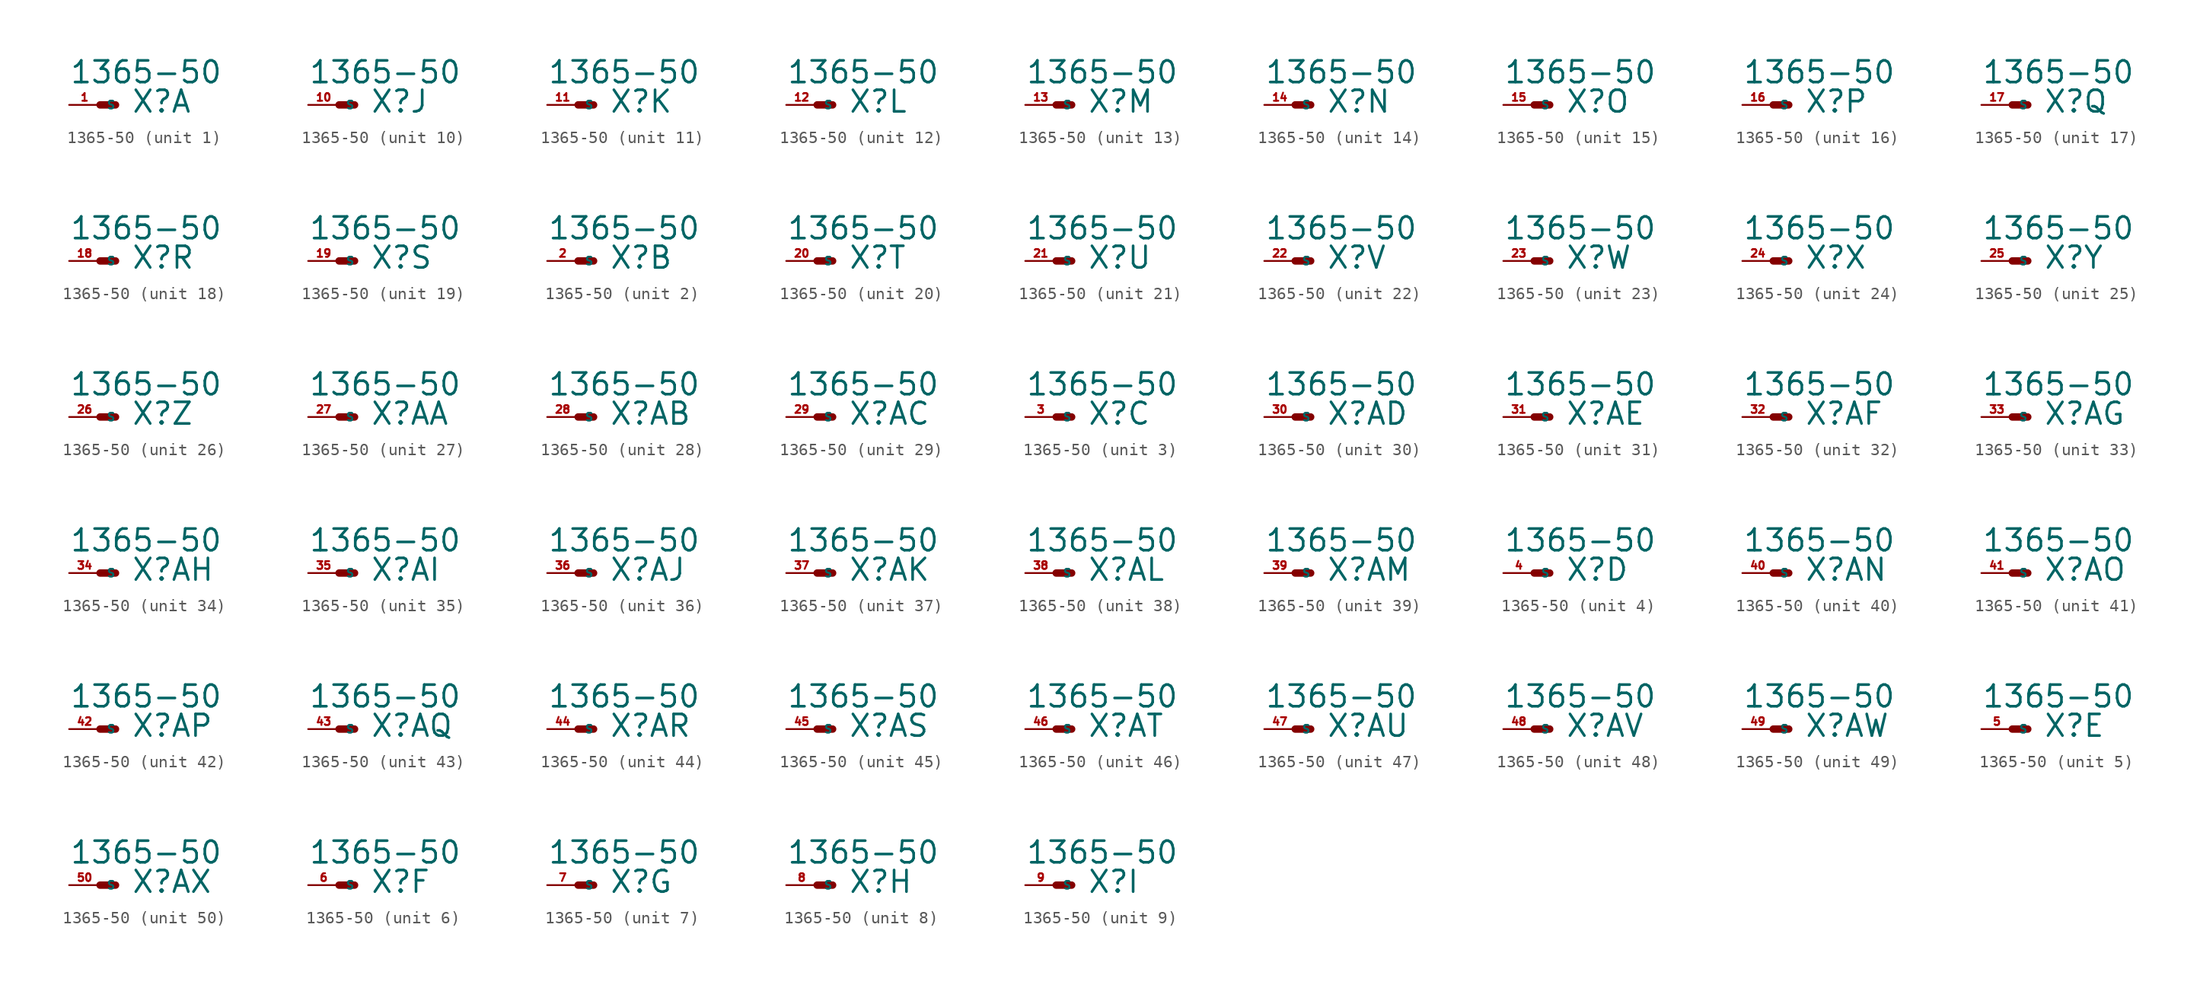
<source format=kicad_sym>
(kicad_symbol_lib
  (version 20220914)
  (generator Eagle2Kicad)
  (symbol "1365-50"
    (property "Reference" "X"
      (at 2.54 -0.762 0)
      (effects (font (size 1.778 1.778) (thickness 0.22)) (justify left bottom)))
    (property "Value" "1365-50"
      (at -2.54 1.651 0)
      (effects (font (size 1.778 1.778) (thickness 0.22)) (justify left bottom)))
    (symbol "1365-50_1_0"
      (polyline (pts (xy 0 0) (xy 1.27 0)) (stroke (width 0.61) (type default)) (fill (type none)))
      (pin passive line (at -2.54 0 0) (length 2.54) (name "S" (effects (font (size 0.635 0.635) (thickness 0.08)) (justify left bottom))) (number "1" (effects (font (size 0.635 0.635) (thickness 0.08)) (justify left bottom)))))
    (symbol "1365-50_2_0"
      (polyline (pts (xy 0 0) (xy 1.27 0)) (stroke (width 0.61) (type default)) (fill (type none)))
      (pin passive line (at -2.54 0 0) (length 2.54) (name "S" (effects (font (size 0.635 0.635) (thickness 0.08)) (justify left bottom))) (number "2" (effects (font (size 0.635 0.635) (thickness 0.08)) (justify left bottom)))))
    (symbol "1365-50_3_0"
      (polyline (pts (xy 0 0) (xy 1.27 0)) (stroke (width 0.61) (type default)) (fill (type none)))
      (pin passive line (at -2.54 0 0) (length 2.54) (name "S" (effects (font (size 0.635 0.635) (thickness 0.08)) (justify left bottom))) (number "3" (effects (font (size 0.635 0.635) (thickness 0.08)) (justify left bottom)))))
    (symbol "1365-50_4_0"
      (polyline (pts (xy 0 0) (xy 1.27 0)) (stroke (width 0.61) (type default)) (fill (type none)))
      (pin passive line (at -2.54 0 0) (length 2.54) (name "S" (effects (font (size 0.635 0.635) (thickness 0.08)) (justify left bottom))) (number "4" (effects (font (size 0.635 0.635) (thickness 0.08)) (justify left bottom)))))
    (symbol "1365-50_5_0"
      (polyline (pts (xy 0 0) (xy 1.27 0)) (stroke (width 0.61) (type default)) (fill (type none)))
      (pin passive line (at -2.54 0 0) (length 2.54) (name "S" (effects (font (size 0.635 0.635) (thickness 0.08)) (justify left bottom))) (number "5" (effects (font (size 0.635 0.635) (thickness 0.08)) (justify left bottom)))))
    (symbol "1365-50_6_0"
      (polyline (pts (xy 0 0) (xy 1.27 0)) (stroke (width 0.61) (type default)) (fill (type none)))
      (pin passive line (at -2.54 0 0) (length 2.54) (name "S" (effects (font (size 0.635 0.635) (thickness 0.08)) (justify left bottom))) (number "6" (effects (font (size 0.635 0.635) (thickness 0.08)) (justify left bottom)))))
    (symbol "1365-50_7_0"
      (polyline (pts (xy 0 0) (xy 1.27 0)) (stroke (width 0.61) (type default)) (fill (type none)))
      (pin passive line (at -2.54 0 0) (length 2.54) (name "S" (effects (font (size 0.635 0.635) (thickness 0.08)) (justify left bottom))) (number "7" (effects (font (size 0.635 0.635) (thickness 0.08)) (justify left bottom)))))
    (symbol "1365-50_8_0"
      (polyline (pts (xy 0 0) (xy 1.27 0)) (stroke (width 0.61) (type default)) (fill (type none)))
      (pin passive line (at -2.54 0 0) (length 2.54) (name "S" (effects (font (size 0.635 0.635) (thickness 0.08)) (justify left bottom))) (number "8" (effects (font (size 0.635 0.635) (thickness 0.08)) (justify left bottom)))))
    (symbol "1365-50_9_0"
      (polyline (pts (xy 0 0) (xy 1.27 0)) (stroke (width 0.61) (type default)) (fill (type none)))
      (pin passive line (at -2.54 0 0) (length 2.54) (name "S" (effects (font (size 0.635 0.635) (thickness 0.08)) (justify left bottom))) (number "9" (effects (font (size 0.635 0.635) (thickness 0.08)) (justify left bottom)))))
    (symbol "1365-50_10_0"
      (polyline (pts (xy 0 0) (xy 1.27 0)) (stroke (width 0.61) (type default)) (fill (type none)))
      (pin passive line (at -2.54 0 0) (length 2.54) (name "S" (effects (font (size 0.635 0.635) (thickness 0.08)) (justify left bottom))) (number "10" (effects (font (size 0.635 0.635) (thickness 0.08)) (justify left bottom)))))
    (symbol "1365-50_11_0"
      (polyline (pts (xy 0 0) (xy 1.27 0)) (stroke (width 0.61) (type default)) (fill (type none)))
      (pin passive line (at -2.54 0 0) (length 2.54) (name "S" (effects (font (size 0.635 0.635) (thickness 0.08)) (justify left bottom))) (number "11" (effects (font (size 0.635 0.635) (thickness 0.08)) (justify left bottom)))))
    (symbol "1365-50_12_0"
      (polyline (pts (xy 0 0) (xy 1.27 0)) (stroke (width 0.61) (type default)) (fill (type none)))
      (pin passive line (at -2.54 0 0) (length 2.54) (name "S" (effects (font (size 0.635 0.635) (thickness 0.08)) (justify left bottom))) (number "12" (effects (font (size 0.635 0.635) (thickness 0.08)) (justify left bottom)))))
    (symbol "1365-50_13_0"
      (polyline (pts (xy 0 0) (xy 1.27 0)) (stroke (width 0.61) (type default)) (fill (type none)))
      (pin passive line (at -2.54 0 0) (length 2.54) (name "S" (effects (font (size 0.635 0.635) (thickness 0.08)) (justify left bottom))) (number "13" (effects (font (size 0.635 0.635) (thickness 0.08)) (justify left bottom)))))
    (symbol "1365-50_14_0"
      (polyline (pts (xy 0 0) (xy 1.27 0)) (stroke (width 0.61) (type default)) (fill (type none)))
      (pin passive line (at -2.54 0 0) (length 2.54) (name "S" (effects (font (size 0.635 0.635) (thickness 0.08)) (justify left bottom))) (number "14" (effects (font (size 0.635 0.635) (thickness 0.08)) (justify left bottom)))))
    (symbol "1365-50_15_0"
      (polyline (pts (xy 0 0) (xy 1.27 0)) (stroke (width 0.61) (type default)) (fill (type none)))
      (pin passive line (at -2.54 0 0) (length 2.54) (name "S" (effects (font (size 0.635 0.635) (thickness 0.08)) (justify left bottom))) (number "15" (effects (font (size 0.635 0.635) (thickness 0.08)) (justify left bottom)))))
    (symbol "1365-50_16_0"
      (polyline (pts (xy 0 0) (xy 1.27 0)) (stroke (width 0.61) (type default)) (fill (type none)))
      (pin passive line (at -2.54 0 0) (length 2.54) (name "S" (effects (font (size 0.635 0.635) (thickness 0.08)) (justify left bottom))) (number "16" (effects (font (size 0.635 0.635) (thickness 0.08)) (justify left bottom)))))
    (symbol "1365-50_17_0"
      (polyline (pts (xy 0 0) (xy 1.27 0)) (stroke (width 0.61) (type default)) (fill (type none)))
      (pin passive line (at -2.54 0 0) (length 2.54) (name "S" (effects (font (size 0.635 0.635) (thickness 0.08)) (justify left bottom))) (number "17" (effects (font (size 0.635 0.635) (thickness 0.08)) (justify left bottom)))))
    (symbol "1365-50_18_0"
      (polyline (pts (xy 0 0) (xy 1.27 0)) (stroke (width 0.61) (type default)) (fill (type none)))
      (pin passive line (at -2.54 0 0) (length 2.54) (name "S" (effects (font (size 0.635 0.635) (thickness 0.08)) (justify left bottom))) (number "18" (effects (font (size 0.635 0.635) (thickness 0.08)) (justify left bottom)))))
    (symbol "1365-50_19_0"
      (polyline (pts (xy 0 0) (xy 1.27 0)) (stroke (width 0.61) (type default)) (fill (type none)))
      (pin passive line (at -2.54 0 0) (length 2.54) (name "S" (effects (font (size 0.635 0.635) (thickness 0.08)) (justify left bottom))) (number "19" (effects (font (size 0.635 0.635) (thickness 0.08)) (justify left bottom)))))
    (symbol "1365-50_20_0"
      (polyline (pts (xy 0 0) (xy 1.27 0)) (stroke (width 0.61) (type default)) (fill (type none)))
      (pin passive line (at -2.54 0 0) (length 2.54) (name "S" (effects (font (size 0.635 0.635) (thickness 0.08)) (justify left bottom))) (number "20" (effects (font (size 0.635 0.635) (thickness 0.08)) (justify left bottom)))))
    (symbol "1365-50_21_0"
      (polyline (pts (xy 0 0) (xy 1.27 0)) (stroke (width 0.61) (type default)) (fill (type none)))
      (pin passive line (at -2.54 0 0) (length 2.54) (name "S" (effects (font (size 0.635 0.635) (thickness 0.08)) (justify left bottom))) (number "21" (effects (font (size 0.635 0.635) (thickness 0.08)) (justify left bottom)))))
    (symbol "1365-50_22_0"
      (polyline (pts (xy 0 0) (xy 1.27 0)) (stroke (width 0.61) (type default)) (fill (type none)))
      (pin passive line (at -2.54 0 0) (length 2.54) (name "S" (effects (font (size 0.635 0.635) (thickness 0.08)) (justify left bottom))) (number "22" (effects (font (size 0.635 0.635) (thickness 0.08)) (justify left bottom)))))
    (symbol "1365-50_23_0"
      (polyline (pts (xy 0 0) (xy 1.27 0)) (stroke (width 0.61) (type default)) (fill (type none)))
      (pin passive line (at -2.54 0 0) (length 2.54) (name "S" (effects (font (size 0.635 0.635) (thickness 0.08)) (justify left bottom))) (number "23" (effects (font (size 0.635 0.635) (thickness 0.08)) (justify left bottom)))))
    (symbol "1365-50_24_0"
      (polyline (pts (xy 0 0) (xy 1.27 0)) (stroke (width 0.61) (type default)) (fill (type none)))
      (pin passive line (at -2.54 0 0) (length 2.54) (name "S" (effects (font (size 0.635 0.635) (thickness 0.08)) (justify left bottom))) (number "24" (effects (font (size 0.635 0.635) (thickness 0.08)) (justify left bottom)))))
    (symbol "1365-50_25_0"
      (polyline (pts (xy 0 0) (xy 1.27 0)) (stroke (width 0.61) (type default)) (fill (type none)))
      (pin passive line (at -2.54 0 0) (length 2.54) (name "S" (effects (font (size 0.635 0.635) (thickness 0.08)) (justify left bottom))) (number "25" (effects (font (size 0.635 0.635) (thickness 0.08)) (justify left bottom)))))
    (symbol "1365-50_26_0"
      (polyline (pts (xy 0 0) (xy 1.27 0)) (stroke (width 0.61) (type default)) (fill (type none)))
      (pin passive line (at -2.54 0 0) (length 2.54) (name "S" (effects (font (size 0.635 0.635) (thickness 0.08)) (justify left bottom))) (number "26" (effects (font (size 0.635 0.635) (thickness 0.08)) (justify left bottom)))))
    (symbol "1365-50_27_0"
      (polyline (pts (xy 0 0) (xy 1.27 0)) (stroke (width 0.61) (type default)) (fill (type none)))
      (pin passive line (at -2.54 0 0) (length 2.54) (name "S" (effects (font (size 0.635 0.635) (thickness 0.08)) (justify left bottom))) (number "27" (effects (font (size 0.635 0.635) (thickness 0.08)) (justify left bottom)))))
    (symbol "1365-50_28_0"
      (polyline (pts (xy 0 0) (xy 1.27 0)) (stroke (width 0.61) (type default)) (fill (type none)))
      (pin passive line (at -2.54 0 0) (length 2.54) (name "S" (effects (font (size 0.635 0.635) (thickness 0.08)) (justify left bottom))) (number "28" (effects (font (size 0.635 0.635) (thickness 0.08)) (justify left bottom)))))
    (symbol "1365-50_29_0"
      (polyline (pts (xy 0 0) (xy 1.27 0)) (stroke (width 0.61) (type default)) (fill (type none)))
      (pin passive line (at -2.54 0 0) (length 2.54) (name "S" (effects (font (size 0.635 0.635) (thickness 0.08)) (justify left bottom))) (number "29" (effects (font (size 0.635 0.635) (thickness 0.08)) (justify left bottom)))))
    (symbol "1365-50_30_0"
      (polyline (pts (xy 0 0) (xy 1.27 0)) (stroke (width 0.61) (type default)) (fill (type none)))
      (pin passive line (at -2.54 0 0) (length 2.54) (name "S" (effects (font (size 0.635 0.635) (thickness 0.08)) (justify left bottom))) (number "30" (effects (font (size 0.635 0.635) (thickness 0.08)) (justify left bottom)))))
    (symbol "1365-50_31_0"
      (polyline (pts (xy 0 0) (xy 1.27 0)) (stroke (width 0.61) (type default)) (fill (type none)))
      (pin passive line (at -2.54 0 0) (length 2.54) (name "S" (effects (font (size 0.635 0.635) (thickness 0.08)) (justify left bottom))) (number "31" (effects (font (size 0.635 0.635) (thickness 0.08)) (justify left bottom)))))
    (symbol "1365-50_32_0"
      (polyline (pts (xy 0 0) (xy 1.27 0)) (stroke (width 0.61) (type default)) (fill (type none)))
      (pin passive line (at -2.54 0 0) (length 2.54) (name "S" (effects (font (size 0.635 0.635) (thickness 0.08)) (justify left bottom))) (number "32" (effects (font (size 0.635 0.635) (thickness 0.08)) (justify left bottom)))))
    (symbol "1365-50_33_0"
      (polyline (pts (xy 0 0) (xy 1.27 0)) (stroke (width 0.61) (type default)) (fill (type none)))
      (pin passive line (at -2.54 0 0) (length 2.54) (name "S" (effects (font (size 0.635 0.635) (thickness 0.08)) (justify left bottom))) (number "33" (effects (font (size 0.635 0.635) (thickness 0.08)) (justify left bottom)))))
    (symbol "1365-50_34_0"
      (polyline (pts (xy 0 0) (xy 1.27 0)) (stroke (width 0.61) (type default)) (fill (type none)))
      (pin passive line (at -2.54 0 0) (length 2.54) (name "S" (effects (font (size 0.635 0.635) (thickness 0.08)) (justify left bottom))) (number "34" (effects (font (size 0.635 0.635) (thickness 0.08)) (justify left bottom)))))
    (symbol "1365-50_35_0"
      (polyline (pts (xy 0 0) (xy 1.27 0)) (stroke (width 0.61) (type default)) (fill (type none)))
      (pin passive line (at -2.54 0 0) (length 2.54) (name "S" (effects (font (size 0.635 0.635) (thickness 0.08)) (justify left bottom))) (number "35" (effects (font (size 0.635 0.635) (thickness 0.08)) (justify left bottom)))))
    (symbol "1365-50_36_0"
      (polyline (pts (xy 0 0) (xy 1.27 0)) (stroke (width 0.61) (type default)) (fill (type none)))
      (pin passive line (at -2.54 0 0) (length 2.54) (name "S" (effects (font (size 0.635 0.635) (thickness 0.08)) (justify left bottom))) (number "36" (effects (font (size 0.635 0.635) (thickness 0.08)) (justify left bottom)))))
    (symbol "1365-50_37_0"
      (polyline (pts (xy 0 0) (xy 1.27 0)) (stroke (width 0.61) (type default)) (fill (type none)))
      (pin passive line (at -2.54 0 0) (length 2.54) (name "S" (effects (font (size 0.635 0.635) (thickness 0.08)) (justify left bottom))) (number "37" (effects (font (size 0.635 0.635) (thickness 0.08)) (justify left bottom)))))
    (symbol "1365-50_38_0"
      (polyline (pts (xy 0 0) (xy 1.27 0)) (stroke (width 0.61) (type default)) (fill (type none)))
      (pin passive line (at -2.54 0 0) (length 2.54) (name "S" (effects (font (size 0.635 0.635) (thickness 0.08)) (justify left bottom))) (number "38" (effects (font (size 0.635 0.635) (thickness 0.08)) (justify left bottom)))))
    (symbol "1365-50_39_0"
      (polyline (pts (xy 0 0) (xy 1.27 0)) (stroke (width 0.61) (type default)) (fill (type none)))
      (pin passive line (at -2.54 0 0) (length 2.54) (name "S" (effects (font (size 0.635 0.635) (thickness 0.08)) (justify left bottom))) (number "39" (effects (font (size 0.635 0.635) (thickness 0.08)) (justify left bottom)))))
    (symbol "1365-50_40_0"
      (polyline (pts (xy 0 0) (xy 1.27 0)) (stroke (width 0.61) (type default)) (fill (type none)))
      (pin passive line (at -2.54 0 0) (length 2.54) (name "S" (effects (font (size 0.635 0.635) (thickness 0.08)) (justify left bottom))) (number "40" (effects (font (size 0.635 0.635) (thickness 0.08)) (justify left bottom)))))
    (symbol "1365-50_41_0"
      (polyline (pts (xy 0 0) (xy 1.27 0)) (stroke (width 0.61) (type default)) (fill (type none)))
      (pin passive line (at -2.54 0 0) (length 2.54) (name "S" (effects (font (size 0.635 0.635) (thickness 0.08)) (justify left bottom))) (number "41" (effects (font (size 0.635 0.635) (thickness 0.08)) (justify left bottom)))))
    (symbol "1365-50_42_0"
      (polyline (pts (xy 0 0) (xy 1.27 0)) (stroke (width 0.61) (type default)) (fill (type none)))
      (pin passive line (at -2.54 0 0) (length 2.54) (name "S" (effects (font (size 0.635 0.635) (thickness 0.08)) (justify left bottom))) (number "42" (effects (font (size 0.635 0.635) (thickness 0.08)) (justify left bottom)))))
    (symbol "1365-50_43_0"
      (polyline (pts (xy 0 0) (xy 1.27 0)) (stroke (width 0.61) (type default)) (fill (type none)))
      (pin passive line (at -2.54 0 0) (length 2.54) (name "S" (effects (font (size 0.635 0.635) (thickness 0.08)) (justify left bottom))) (number "43" (effects (font (size 0.635 0.635) (thickness 0.08)) (justify left bottom)))))
    (symbol "1365-50_44_0"
      (polyline (pts (xy 0 0) (xy 1.27 0)) (stroke (width 0.61) (type default)) (fill (type none)))
      (pin passive line (at -2.54 0 0) (length 2.54) (name "S" (effects (font (size 0.635 0.635) (thickness 0.08)) (justify left bottom))) (number "44" (effects (font (size 0.635 0.635) (thickness 0.08)) (justify left bottom)))))
    (symbol "1365-50_45_0"
      (polyline (pts (xy 0 0) (xy 1.27 0)) (stroke (width 0.61) (type default)) (fill (type none)))
      (pin passive line (at -2.54 0 0) (length 2.54) (name "S" (effects (font (size 0.635 0.635) (thickness 0.08)) (justify left bottom))) (number "45" (effects (font (size 0.635 0.635) (thickness 0.08)) (justify left bottom)))))
    (symbol "1365-50_46_0"
      (polyline (pts (xy 0 0) (xy 1.27 0)) (stroke (width 0.61) (type default)) (fill (type none)))
      (pin passive line (at -2.54 0 0) (length 2.54) (name "S" (effects (font (size 0.635 0.635) (thickness 0.08)) (justify left bottom))) (number "46" (effects (font (size 0.635 0.635) (thickness 0.08)) (justify left bottom)))))
    (symbol "1365-50_47_0"
      (polyline (pts (xy 0 0) (xy 1.27 0)) (stroke (width 0.61) (type default)) (fill (type none)))
      (pin passive line (at -2.54 0 0) (length 2.54) (name "S" (effects (font (size 0.635 0.635) (thickness 0.08)) (justify left bottom))) (number "47" (effects (font (size 0.635 0.635) (thickness 0.08)) (justify left bottom)))))
    (symbol "1365-50_48_0"
      (polyline (pts (xy 0 0) (xy 1.27 0)) (stroke (width 0.61) (type default)) (fill (type none)))
      (pin passive line (at -2.54 0 0) (length 2.54) (name "S" (effects (font (size 0.635 0.635) (thickness 0.08)) (justify left bottom))) (number "48" (effects (font (size 0.635 0.635) (thickness 0.08)) (justify left bottom)))))
    (symbol "1365-50_49_0"
      (polyline (pts (xy 0 0) (xy 1.27 0)) (stroke (width 0.61) (type default)) (fill (type none)))
      (pin passive line (at -2.54 0 0) (length 2.54) (name "S" (effects (font (size 0.635 0.635) (thickness 0.08)) (justify left bottom))) (number "49" (effects (font (size 0.635 0.635) (thickness 0.08)) (justify left bottom)))))
    (symbol "1365-50_50_0"
      (polyline (pts (xy 0 0) (xy 1.27 0)) (stroke (width 0.61) (type default)) (fill (type none)))
      (pin passive line (at -2.54 0 0) (length 2.54) (name "S" (effects (font (size 0.635 0.635) (thickness 0.08)) (justify left bottom))) (number "50" (effects (font (size 0.635 0.635) (thickness 0.08)) (justify left bottom)))))))
</source>
